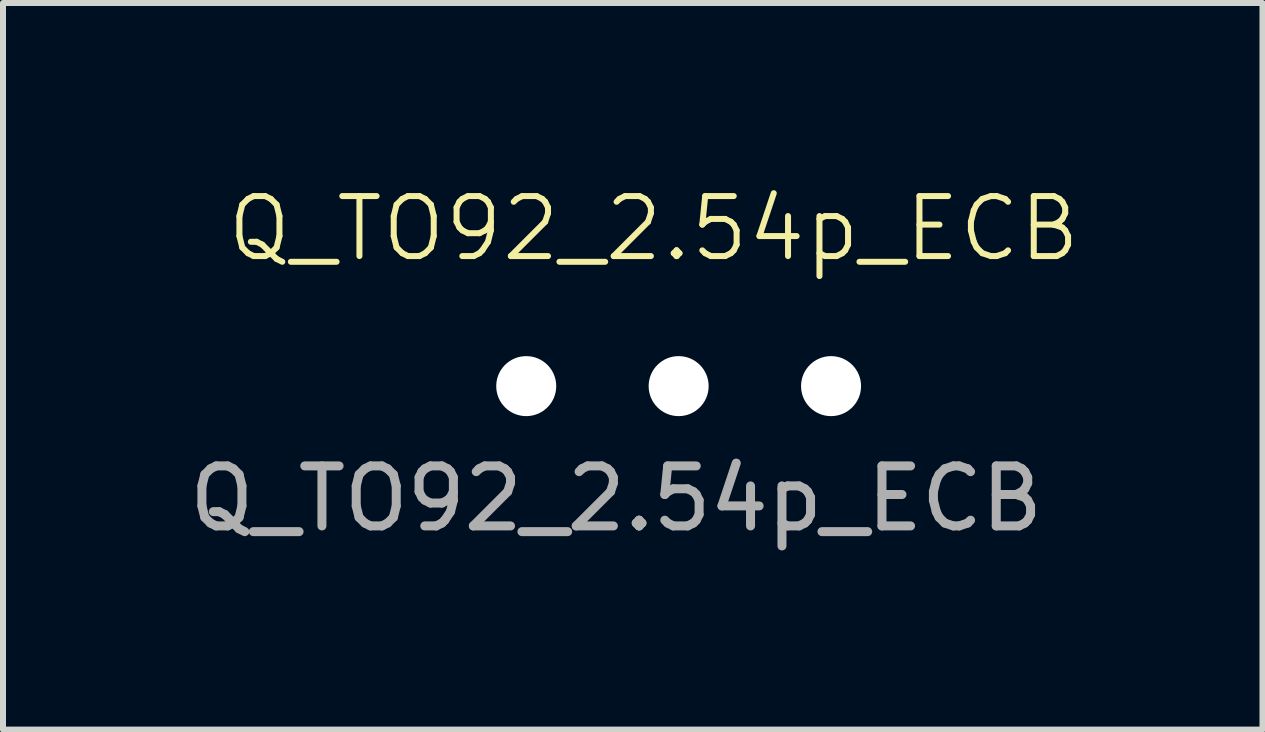
<source format=kicad_pcb>
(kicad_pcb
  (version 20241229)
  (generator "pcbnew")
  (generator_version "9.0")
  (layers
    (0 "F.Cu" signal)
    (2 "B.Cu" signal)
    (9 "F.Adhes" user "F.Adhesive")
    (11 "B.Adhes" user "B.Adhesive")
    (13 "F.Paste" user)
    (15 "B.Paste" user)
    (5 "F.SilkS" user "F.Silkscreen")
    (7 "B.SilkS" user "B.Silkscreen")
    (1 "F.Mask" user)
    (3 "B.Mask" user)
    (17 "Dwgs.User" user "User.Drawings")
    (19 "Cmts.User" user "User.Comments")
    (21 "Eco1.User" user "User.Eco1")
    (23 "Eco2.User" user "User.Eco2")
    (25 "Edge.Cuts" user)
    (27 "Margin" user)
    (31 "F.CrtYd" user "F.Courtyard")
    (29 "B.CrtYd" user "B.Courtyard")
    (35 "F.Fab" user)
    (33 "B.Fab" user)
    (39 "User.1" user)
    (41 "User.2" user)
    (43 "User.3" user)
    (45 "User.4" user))
  (footprint "Q_TO92_2.54p_ECB"
    (layer "F.Cu")
    (at 5.72 3.385)
    (property "Reference" "Q_TO92_2.54p_ECB" (at 2.125 -2.625 0) (unlocked yes) (layer "F.SilkS") (effects (font (size 1 1) (thickness 0.1))))
    (attr through_hole)
    (fp_text user "${REFERENCE}" (at 1.5 1.875 0) (unlocked yes) (layer "F.Fab") (effects (font (size 1 1) (thickness 0.15))))
    (pad "B" thru_hole circle (at 5.08 0) (size 2 2) (drill 1) (layers "*.Cu" "B.Mask") (remove_unused_layers yes) (zone_layer_connections))
    (pad "C" thru_hole circle (at 2.54 0) (size 2 2) (drill 1) (layers "*.Cu" "B.Mask") (remove_unused_layers yes) (zone_layer_connections))
    (pad "E" thru_hole circle (at 0 0) (size 2 2) (drill 1) (layers "*.Cu" "*.Mask") (remove_unused_layers yes) (zone_layer_connections)))
  (gr_rect
    (start -3 -3)
    (end 17.99 9.109)
    (stroke (width 0.1) (type default))
    (fill no)
    (layer "Edge.Cuts")))
</source>
